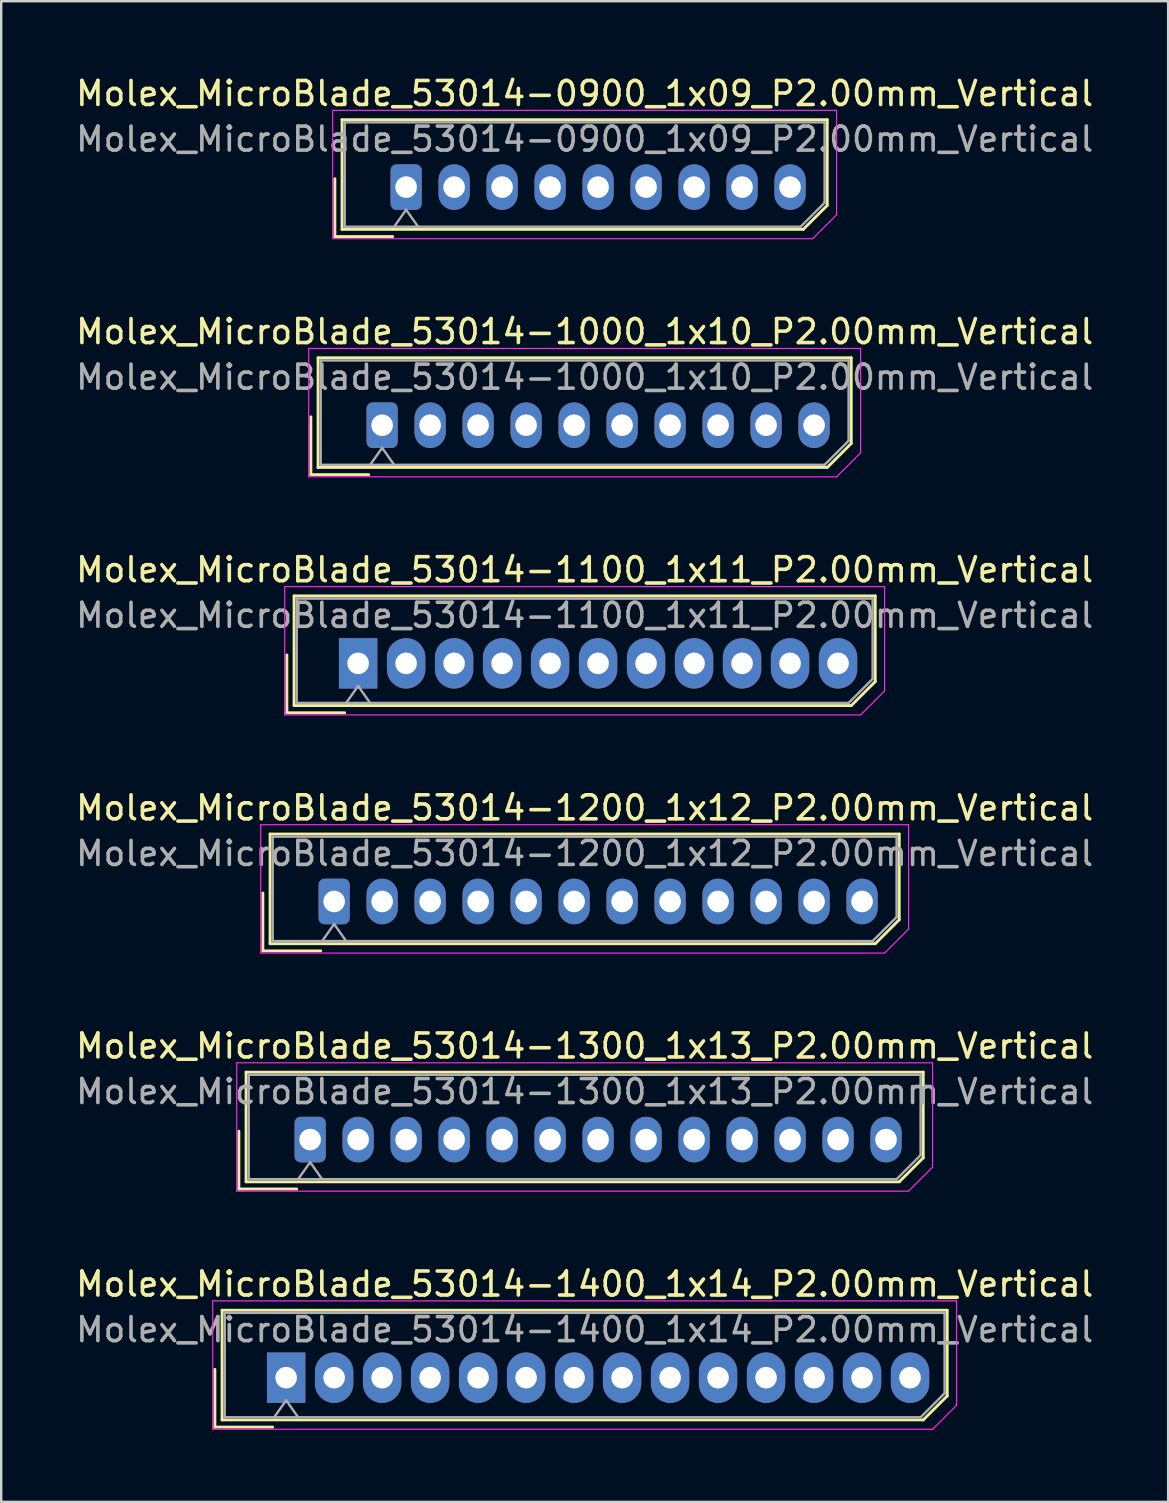
<source format=kicad_pcb>
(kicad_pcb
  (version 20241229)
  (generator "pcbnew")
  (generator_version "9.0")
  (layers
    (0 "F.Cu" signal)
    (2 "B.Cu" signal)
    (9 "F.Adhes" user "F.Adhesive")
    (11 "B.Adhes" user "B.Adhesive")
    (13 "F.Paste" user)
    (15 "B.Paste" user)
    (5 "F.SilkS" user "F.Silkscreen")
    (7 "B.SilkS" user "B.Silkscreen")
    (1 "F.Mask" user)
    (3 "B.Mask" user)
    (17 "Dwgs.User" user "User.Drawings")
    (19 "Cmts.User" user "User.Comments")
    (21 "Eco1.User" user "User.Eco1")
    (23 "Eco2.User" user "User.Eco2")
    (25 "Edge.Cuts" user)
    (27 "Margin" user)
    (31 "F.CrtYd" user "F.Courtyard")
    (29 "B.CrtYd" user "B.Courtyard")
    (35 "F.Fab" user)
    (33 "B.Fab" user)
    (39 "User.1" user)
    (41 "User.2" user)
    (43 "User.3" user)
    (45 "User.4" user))
  (footprint "Molex_MicroBlade_53014-1300_1x13_P2.00mm_Vertical"
    (layer "F.Cu")
    (at 9.875 44.441)
    (property "Reference" "Molex_MicroBlade_53014-1300_1x13_P2.00mm_Vertical" (at 11.44 -3.9 0) (layer "F.SilkS") (effects (font (size 1 1) (thickness 0.15))))
    (attr through_hole)
    (fp_line (start -2.97 -0.35) (end -2.97 2.06) (stroke (width 0.12) (type solid)) (layer "F.SilkS"))
    (fp_line (start -2.97 2.06) (end -0.56 2.06) (stroke (width 0.12) (type solid)) (layer "F.SilkS"))
    (fp_line (start -2.67 -2.81) (end -2.67 1.76) (stroke (width 0.12) (type solid)) (layer "F.SilkS"))
    (fp_line (start -2.67 1.76) (end 24.55 1.76) (stroke (width 0.12) (type solid)) (layer "F.SilkS"))
    (fp_line (start 24.55 1.76) (end 25.55 0.76) (stroke (width 0.12) (type solid)) (layer "F.SilkS"))
    (fp_line (start 25.55 -2.81) (end -2.67 -2.81) (stroke (width 0.12) (type solid)) (layer "F.SilkS"))
    (fp_line (start 25.55 0.76) (end 25.55 -2.81) (stroke (width 0.12) (type solid)) (layer "F.SilkS"))
    (fp_line (start -3.06 -3.2) (end -3.06 2.15) (stroke (width 0.05) (type solid)) (layer "F.CrtYd"))
    (fp_line (start -3.06 2.15) (end 24.94 2.15) (stroke (width 0.05) (type solid)) (layer "F.CrtYd"))
    (fp_line (start 24.94 2.15) (end 25.94 1.15) (stroke (width 0.05) (type solid)) (layer "F.CrtYd"))
    (fp_line (start 25.94 -3.2) (end -3.06 -3.2) (stroke (width 0.05) (type solid)) (layer "F.CrtYd"))
    (fp_line (start 25.94 1.15) (end 25.94 -3.2) (stroke (width 0.05) (type solid)) (layer "F.CrtYd"))
    (fp_line (start -2.56 -2.7) (end -2.56 1.65) (stroke (width 0.1) (type solid)) (layer "F.Fab"))
    (fp_line (start -2.56 1.65) (end 24.44 1.65) (stroke (width 0.1) (type solid)) (layer "F.Fab"))
    (fp_line (start -0.5 1.65) (end 0 0.943) (stroke (width 0.1) (type solid)) (layer "F.Fab"))
    (fp_line (start 0 0.943) (end 0.5 1.65) (stroke (width 0.1) (type solid)) (layer "F.Fab"))
    (fp_line (start 24.44 1.65) (end 25.44 0.65) (stroke (width 0.1) (type solid)) (layer "F.Fab"))
    (fp_line (start 25.44 -2.7) (end -2.56 -2.7) (stroke (width 0.1) (type solid)) (layer "F.Fab"))
    (fp_line (start 25.44 0.65) (end 25.44 -2.7) (stroke (width 0.1) (type solid)) (layer "F.Fab"))
    (fp_text user "${REFERENCE}" (at 11.44 -2 0) (layer "F.Fab") (effects (font (size 1 1) (thickness 0.15))))
    (pad "1" thru_hole roundrect (at 0 0) (size 1.3 1.9) (drill 0.9) (layers "*.Cu" "*.Mask") (roundrect_rratio 0.192))
    (pad "2" thru_hole oval (at 2 0) (size 1.3 1.9) (drill 0.9) (layers "*.Cu" "*.Mask"))
    (pad "3" thru_hole oval (at 4 0) (size 1.3 1.9) (drill 0.9) (layers "*.Cu" "*.Mask"))
    (pad "4" thru_hole oval (at 6 0) (size 1.3 1.9) (drill 0.9) (layers "*.Cu" "*.Mask"))
    (pad "5" thru_hole oval (at 8 0) (size 1.3 1.9) (drill 0.9) (layers "*.Cu" "*.Mask"))
    (pad "6" thru_hole oval (at 10 0) (size 1.3 1.9) (drill 0.9) (layers "*.Cu" "*.Mask"))
    (pad "7" thru_hole oval (at 12 0) (size 1.3 1.9) (drill 0.9) (layers "*.Cu" "*.Mask"))
    (pad "8" thru_hole oval (at 14 0) (size 1.3 1.9) (drill 0.9) (layers "*.Cu" "*.Mask"))
    (pad "9" thru_hole oval (at 16 0) (size 1.3 1.9) (drill 0.9) (layers "*.Cu" "*.Mask"))
    (pad "10" thru_hole oval (at 18 0) (size 1.3 1.9) (drill 0.9) (layers "*.Cu" "*.Mask"))
    (pad "11" thru_hole oval (at 20 0) (size 1.3 1.9) (drill 0.9) (layers "*.Cu" "*.Mask"))
    (pad "12" thru_hole oval (at 22 0) (size 1.3 1.9) (drill 0.9) (layers "*.Cu" "*.Mask"))
    (pad "13" thru_hole oval (at 24 0) (size 1.3 1.9) (drill 0.9) (layers "*.Cu" "*.Mask")))
  (footprint "Molex_MicroBlade_53014-1200_1x12_P2.00mm_Vertical"
    (layer "F.Cu")
    (at 10.875 34.518)
    (property "Reference" "Molex_MicroBlade_53014-1200_1x12_P2.00mm_Vertical" (at 10.44 -3.9 0) (layer "F.SilkS") (effects (font (size 1 1) (thickness 0.15))))
    (attr through_hole)
    (fp_line (start -2.97 -0.35) (end -2.97 2.06) (stroke (width 0.12) (type solid)) (layer "F.SilkS"))
    (fp_line (start -2.97 2.06) (end -0.56 2.06) (stroke (width 0.12) (type solid)) (layer "F.SilkS"))
    (fp_line (start -2.67 -2.81) (end -2.67 1.76) (stroke (width 0.12) (type solid)) (layer "F.SilkS"))
    (fp_line (start -2.67 1.76) (end 22.55 1.76) (stroke (width 0.12) (type solid)) (layer "F.SilkS"))
    (fp_line (start 22.55 1.76) (end 23.55 0.76) (stroke (width 0.12) (type solid)) (layer "F.SilkS"))
    (fp_line (start 23.55 -2.81) (end -2.67 -2.81) (stroke (width 0.12) (type solid)) (layer "F.SilkS"))
    (fp_line (start 23.55 0.76) (end 23.55 -2.81) (stroke (width 0.12) (type solid)) (layer "F.SilkS"))
    (fp_line (start -3.06 -3.2) (end -3.06 2.15) (stroke (width 0.05) (type solid)) (layer "F.CrtYd"))
    (fp_line (start -3.06 2.15) (end 22.94 2.15) (stroke (width 0.05) (type solid)) (layer "F.CrtYd"))
    (fp_line (start 22.94 2.15) (end 23.94 1.15) (stroke (width 0.05) (type solid)) (layer "F.CrtYd"))
    (fp_line (start 23.94 -3.2) (end -3.06 -3.2) (stroke (width 0.05) (type solid)) (layer "F.CrtYd"))
    (fp_line (start 23.94 1.15) (end 23.94 -3.2) (stroke (width 0.05) (type solid)) (layer "F.CrtYd"))
    (fp_line (start -2.56 -2.7) (end -2.56 1.65) (stroke (width 0.1) (type solid)) (layer "F.Fab"))
    (fp_line (start -2.56 1.65) (end 22.44 1.65) (stroke (width 0.1) (type solid)) (layer "F.Fab"))
    (fp_line (start -0.5 1.65) (end 0 0.943) (stroke (width 0.1) (type solid)) (layer "F.Fab"))
    (fp_line (start 0 0.943) (end 0.5 1.65) (stroke (width 0.1) (type solid)) (layer "F.Fab"))
    (fp_line (start 22.44 1.65) (end 23.44 0.65) (stroke (width 0.1) (type solid)) (layer "F.Fab"))
    (fp_line (start 23.44 -2.7) (end -2.56 -2.7) (stroke (width 0.1) (type solid)) (layer "F.Fab"))
    (fp_line (start 23.44 0.65) (end 23.44 -2.7) (stroke (width 0.1) (type solid)) (layer "F.Fab"))
    (fp_text user "${REFERENCE}" (at 10.44 -2 0) (layer "F.Fab") (effects (font (size 1 1) (thickness 0.15))))
    (pad "1" thru_hole roundrect (at 0 0) (size 1.3 1.9) (drill 0.9) (layers "*.Cu" "*.Mask") (roundrect_rratio 0.192))
    (pad "2" thru_hole oval (at 2 0) (size 1.3 1.9) (drill 0.9) (layers "*.Cu" "*.Mask"))
    (pad "3" thru_hole oval (at 4 0) (size 1.3 1.9) (drill 0.9) (layers "*.Cu" "*.Mask"))
    (pad "4" thru_hole oval (at 6 0) (size 1.3 1.9) (drill 0.9) (layers "*.Cu" "*.Mask"))
    (pad "5" thru_hole oval (at 8 0) (size 1.3 1.9) (drill 0.9) (layers "*.Cu" "*.Mask"))
    (pad "6" thru_hole oval (at 10 0) (size 1.3 1.9) (drill 0.9) (layers "*.Cu" "*.Mask"))
    (pad "7" thru_hole oval (at 12 0) (size 1.3 1.9) (drill 0.9) (layers "*.Cu" "*.Mask"))
    (pad "8" thru_hole oval (at 14 0) (size 1.3 1.9) (drill 0.9) (layers "*.Cu" "*.Mask"))
    (pad "9" thru_hole oval (at 16 0) (size 1.3 1.9) (drill 0.9) (layers "*.Cu" "*.Mask"))
    (pad "10" thru_hole oval (at 18 0) (size 1.3 1.9) (drill 0.9) (layers "*.Cu" "*.Mask"))
    (pad "11" thru_hole oval (at 20 0) (size 1.3 1.9) (drill 0.9) (layers "*.Cu" "*.Mask"))
    (pad "12" thru_hole oval (at 22 0) (size 1.3 1.9) (drill 0.9) (layers "*.Cu" "*.Mask")))
  (footprint "Molex_MicroBlade_53014-1000_1x10_P2.00mm_Vertical"
    (layer "F.Cu")
    (at 12.875 14.671)
    (property "Reference" "Molex_MicroBlade_53014-1000_1x10_P2.00mm_Vertical" (at 8.44 -3.9 0) (layer "F.SilkS") (effects (font (size 1 1) (thickness 0.15))))
    (attr through_hole)
    (fp_line (start -2.97 -0.35) (end -2.97 2.06) (stroke (width 0.12) (type solid)) (layer "F.SilkS"))
    (fp_line (start -2.97 2.06) (end -0.56 2.06) (stroke (width 0.12) (type solid)) (layer "F.SilkS"))
    (fp_line (start -2.67 -2.81) (end -2.67 1.76) (stroke (width 0.12) (type solid)) (layer "F.SilkS"))
    (fp_line (start -2.67 1.76) (end 18.55 1.76) (stroke (width 0.12) (type solid)) (layer "F.SilkS"))
    (fp_line (start 18.55 1.76) (end 19.55 0.76) (stroke (width 0.12) (type solid)) (layer "F.SilkS"))
    (fp_line (start 19.55 -2.81) (end -2.67 -2.81) (stroke (width 0.12) (type solid)) (layer "F.SilkS"))
    (fp_line (start 19.55 0.76) (end 19.55 -2.81) (stroke (width 0.12) (type solid)) (layer "F.SilkS"))
    (fp_line (start -3.06 -3.2) (end -3.06 2.15) (stroke (width 0.05) (type solid)) (layer "F.CrtYd"))
    (fp_line (start -3.06 2.15) (end 18.94 2.15) (stroke (width 0.05) (type solid)) (layer "F.CrtYd"))
    (fp_line (start 18.94 2.15) (end 19.94 1.15) (stroke (width 0.05) (type solid)) (layer "F.CrtYd"))
    (fp_line (start 19.94 -3.2) (end -3.06 -3.2) (stroke (width 0.05) (type solid)) (layer "F.CrtYd"))
    (fp_line (start 19.94 1.15) (end 19.94 -3.2) (stroke (width 0.05) (type solid)) (layer "F.CrtYd"))
    (fp_line (start -2.56 -2.7) (end -2.56 1.65) (stroke (width 0.1) (type solid)) (layer "F.Fab"))
    (fp_line (start -2.56 1.65) (end 18.44 1.65) (stroke (width 0.1) (type solid)) (layer "F.Fab"))
    (fp_line (start -0.5 1.65) (end 0 0.943) (stroke (width 0.1) (type solid)) (layer "F.Fab"))
    (fp_line (start 0 0.943) (end 0.5 1.65) (stroke (width 0.1) (type solid)) (layer "F.Fab"))
    (fp_line (start 18.44 1.65) (end 19.44 0.65) (stroke (width 0.1) (type solid)) (layer "F.Fab"))
    (fp_line (start 19.44 -2.7) (end -2.56 -2.7) (stroke (width 0.1) (type solid)) (layer "F.Fab"))
    (fp_line (start 19.44 0.65) (end 19.44 -2.7) (stroke (width 0.1) (type solid)) (layer "F.Fab"))
    (fp_text user "${REFERENCE}" (at 8.44 -2 0) (layer "F.Fab") (effects (font (size 1 1) (thickness 0.15))))
    (pad "1" thru_hole roundrect (at 0 0) (size 1.3 1.9) (drill 0.9) (layers "*.Cu" "*.Mask") (roundrect_rratio 0.192))
    (pad "2" thru_hole oval (at 2 0) (size 1.3 1.9) (drill 0.9) (layers "*.Cu" "*.Mask"))
    (pad "3" thru_hole oval (at 4 0) (size 1.3 1.9) (drill 0.9) (layers "*.Cu" "*.Mask"))
    (pad "4" thru_hole oval (at 6 0) (size 1.3 1.9) (drill 0.9) (layers "*.Cu" "*.Mask"))
    (pad "5" thru_hole oval (at 8 0) (size 1.3 1.9) (drill 0.9) (layers "*.Cu" "*.Mask"))
    (pad "6" thru_hole oval (at 10 0) (size 1.3 1.9) (drill 0.9) (layers "*.Cu" "*.Mask"))
    (pad "7" thru_hole oval (at 12 0) (size 1.3 1.9) (drill 0.9) (layers "*.Cu" "*.Mask"))
    (pad "8" thru_hole oval (at 14 0) (size 1.3 1.9) (drill 0.9) (layers "*.Cu" "*.Mask"))
    (pad "9" thru_hole oval (at 16 0) (size 1.3 1.9) (drill 0.9) (layers "*.Cu" "*.Mask"))
    (pad "10" thru_hole oval (at 18 0) (size 1.3 1.9) (drill 0.9) (layers "*.Cu" "*.Mask")))
  (footprint "Molex_MicroBlade_53014-1400_1x14_P2.00mm_Vertical"
    (layer "F.Cu")
    (at 8.875 54.364)
    (property "Reference" "Molex_MicroBlade_53014-1400_1x14_P2.00mm_Vertical" (at 12.44 -3.9 0) (layer "F.SilkS") (effects (font (size 1 1) (thickness 0.15))))
    (attr through_hole)
    (fp_line (start -2.97 -0.35) (end -2.97 2.06) (stroke (width 0.12) (type solid)) (layer "F.SilkS"))
    (fp_line (start -2.97 2.06) (end -0.56 2.06) (stroke (width 0.12) (type solid)) (layer "F.SilkS"))
    (fp_line (start -2.67 -2.81) (end -2.67 1.76) (stroke (width 0.12) (type solid)) (layer "F.SilkS"))
    (fp_line (start -2.67 1.76) (end 26.55 1.76) (stroke (width 0.12) (type solid)) (layer "F.SilkS"))
    (fp_line (start 26.55 1.76) (end 27.55 0.76) (stroke (width 0.12) (type solid)) (layer "F.SilkS"))
    (fp_line (start 27.55 -2.81) (end -2.67 -2.81) (stroke (width 0.12) (type solid)) (layer "F.SilkS"))
    (fp_line (start 27.55 0.76) (end 27.55 -2.81) (stroke (width 0.12) (type solid)) (layer "F.SilkS"))
    (fp_line (start -3.06 -3.2) (end -3.06 2.15) (stroke (width 0.05) (type solid)) (layer "F.CrtYd"))
    (fp_line (start -3.06 2.15) (end 26.94 2.15) (stroke (width 0.05) (type solid)) (layer "F.CrtYd"))
    (fp_line (start 26.94 2.15) (end 27.94 1.15) (stroke (width 0.05) (type solid)) (layer "F.CrtYd"))
    (fp_line (start 27.94 -3.2) (end -3.06 -3.2) (stroke (width 0.05) (type solid)) (layer "F.CrtYd"))
    (fp_line (start 27.94 1.15) (end 27.94 -3.2) (stroke (width 0.05) (type solid)) (layer "F.CrtYd"))
    (fp_line (start -2.56 -2.7) (end -2.56 1.65) (stroke (width 0.1) (type solid)) (layer "F.Fab"))
    (fp_line (start -2.56 1.65) (end 26.44 1.65) (stroke (width 0.1) (type solid)) (layer "F.Fab"))
    (fp_line (start -0.5 1.65) (end 0 0.943) (stroke (width 0.1) (type solid)) (layer "F.Fab"))
    (fp_line (start 0 0.943) (end 0.5 1.65) (stroke (width 0.1) (type solid)) (layer "F.Fab"))
    (fp_line (start 26.44 1.65) (end 27.44 0.65) (stroke (width 0.1) (type solid)) (layer "F.Fab"))
    (fp_line (start 27.44 -2.7) (end -2.56 -2.7) (stroke (width 0.1) (type solid)) (layer "F.Fab"))
    (fp_line (start 27.44 0.65) (end 27.44 -2.7) (stroke (width 0.1) (type solid)) (layer "F.Fab"))
    (fp_text user "${REFERENCE}" (at 12.44 -2 0) (layer "F.Fab") (effects (font (size 1 1) (thickness 0.15))))
    (pad "1" thru_hole rect (at 0 0) (size 1.6 2.1) (drill 0.9) (layers "*.Cu" "*.Mask"))
    (pad "2" thru_hole oval (at 2 0) (size 1.6 2.1) (drill 0.9) (layers "*.Cu" "*.Mask"))
    (pad "3" thru_hole oval (at 4 0) (size 1.6 2.1) (drill 0.9) (layers "*.Cu" "*.Mask"))
    (pad "4" thru_hole oval (at 6 0) (size 1.6 2.1) (drill 0.9) (layers "*.Cu" "*.Mask"))
    (pad "5" thru_hole oval (at 8 0) (size 1.6 2.1) (drill 0.9) (layers "*.Cu" "*.Mask"))
    (pad "6" thru_hole oval (at 10 0) (size 1.6 2.1) (drill 0.9) (layers "*.Cu" "*.Mask"))
    (pad "7" thru_hole oval (at 12 0) (size 1.6 2.1) (drill 0.9) (layers "*.Cu" "*.Mask"))
    (pad "8" thru_hole oval (at 14 0) (size 1.6 2.1) (drill 0.9) (layers "*.Cu" "*.Mask"))
    (pad "9" thru_hole oval (at 16 0) (size 1.6 2.1) (drill 0.9) (layers "*.Cu" "*.Mask"))
    (pad "10" thru_hole oval (at 18 0) (size 1.6 2.1) (drill 0.9) (layers "*.Cu" "*.Mask"))
    (pad "11" thru_hole oval (at 20 0) (size 1.6 2.1) (drill 0.9) (layers "*.Cu" "*.Mask"))
    (pad "12" thru_hole oval (at 22 0) (size 1.6 2.1) (drill 0.9) (layers "*.Cu" "*.Mask"))
    (pad "13" thru_hole oval (at 24 0) (size 1.6 2.1) (drill 0.9) (layers "*.Cu" "*.Mask"))
    (pad "14" thru_hole oval (at 26 0) (size 1.6 2.1) (drill 0.9) (layers "*.Cu" "*.Mask")))
  (footprint "Molex_MicroBlade_53014-0900_1x09_P2.00mm_Vertical"
    (layer "F.Cu")
    (at 13.875 4.748)
    (property "Reference" "Molex_MicroBlade_53014-0900_1x09_P2.00mm_Vertical" (at 7.44 -3.9 0) (layer "F.SilkS") (effects (font (size 1 1) (thickness 0.15))))
    (attr through_hole)
    (fp_line (start -2.97 -0.35) (end -2.97 2.06) (stroke (width 0.12) (type solid)) (layer "F.SilkS"))
    (fp_line (start -2.97 2.06) (end -0.56 2.06) (stroke (width 0.12) (type solid)) (layer "F.SilkS"))
    (fp_line (start -2.67 -2.81) (end -2.67 1.76) (stroke (width 0.12) (type solid)) (layer "F.SilkS"))
    (fp_line (start -2.67 1.76) (end 16.55 1.76) (stroke (width 0.12) (type solid)) (layer "F.SilkS"))
    (fp_line (start 16.55 1.76) (end 17.55 0.76) (stroke (width 0.12) (type solid)) (layer "F.SilkS"))
    (fp_line (start 17.55 -2.81) (end -2.67 -2.81) (stroke (width 0.12) (type solid)) (layer "F.SilkS"))
    (fp_line (start 17.55 0.76) (end 17.55 -2.81) (stroke (width 0.12) (type solid)) (layer "F.SilkS"))
    (fp_line (start -3.06 -3.2) (end -3.06 2.15) (stroke (width 0.05) (type solid)) (layer "F.CrtYd"))
    (fp_line (start -3.06 2.15) (end 16.94 2.15) (stroke (width 0.05) (type solid)) (layer "F.CrtYd"))
    (fp_line (start 16.94 2.15) (end 17.94 1.15) (stroke (width 0.05) (type solid)) (layer "F.CrtYd"))
    (fp_line (start 17.94 -3.2) (end -3.06 -3.2) (stroke (width 0.05) (type solid)) (layer "F.CrtYd"))
    (fp_line (start 17.94 1.15) (end 17.94 -3.2) (stroke (width 0.05) (type solid)) (layer "F.CrtYd"))
    (fp_line (start -2.56 -2.7) (end -2.56 1.65) (stroke (width 0.1) (type solid)) (layer "F.Fab"))
    (fp_line (start -2.56 1.65) (end 16.44 1.65) (stroke (width 0.1) (type solid)) (layer "F.Fab"))
    (fp_line (start -0.5 1.65) (end 0 0.943) (stroke (width 0.1) (type solid)) (layer "F.Fab"))
    (fp_line (start 0 0.943) (end 0.5 1.65) (stroke (width 0.1) (type solid)) (layer "F.Fab"))
    (fp_line (start 16.44 1.65) (end 17.44 0.65) (stroke (width 0.1) (type solid)) (layer "F.Fab"))
    (fp_line (start 17.44 -2.7) (end -2.56 -2.7) (stroke (width 0.1) (type solid)) (layer "F.Fab"))
    (fp_line (start 17.44 0.65) (end 17.44 -2.7) (stroke (width 0.1) (type solid)) (layer "F.Fab"))
    (fp_text user "${REFERENCE}" (at 7.44 -2 0) (layer "F.Fab") (effects (font (size 1 1) (thickness 0.15))))
    (pad "1" thru_hole roundrect (at 0 0) (size 1.3 1.9) (drill 0.9) (layers "*.Cu" "*.Mask") (roundrect_rratio 0.192))
    (pad "2" thru_hole oval (at 2 0) (size 1.3 1.9) (drill 0.9) (layers "*.Cu" "*.Mask"))
    (pad "3" thru_hole oval (at 4 0) (size 1.3 1.9) (drill 0.9) (layers "*.Cu" "*.Mask"))
    (pad "4" thru_hole oval (at 6 0) (size 1.3 1.9) (drill 0.9) (layers "*.Cu" "*.Mask"))
    (pad "5" thru_hole oval (at 8 0) (size 1.3 1.9) (drill 0.9) (layers "*.Cu" "*.Mask"))
    (pad "6" thru_hole oval (at 10 0) (size 1.3 1.9) (drill 0.9) (layers "*.Cu" "*.Mask"))
    (pad "7" thru_hole oval (at 12 0) (size 1.3 1.9) (drill 0.9) (layers "*.Cu" "*.Mask"))
    (pad "8" thru_hole oval (at 14 0) (size 1.3 1.9) (drill 0.9) (layers "*.Cu" "*.Mask"))
    (pad "9" thru_hole oval (at 16 0) (size 1.3 1.9) (drill 0.9) (layers "*.Cu" "*.Mask")))
  (footprint "Molex_MicroBlade_53014-1100_1x11_P2.00mm_Vertical"
    (layer "F.Cu")
    (at 11.875 24.595)
    (property "Reference" "Molex_MicroBlade_53014-1100_1x11_P2.00mm_Vertical" (at 9.44 -3.9 0) (layer "F.SilkS") (effects (font (size 1 1) (thickness 0.15))))
    (attr through_hole)
    (fp_line (start -2.97 -0.35) (end -2.97 2.06) (stroke (width 0.12) (type solid)) (layer "F.SilkS"))
    (fp_line (start -2.97 2.06) (end -0.56 2.06) (stroke (width 0.12) (type solid)) (layer "F.SilkS"))
    (fp_line (start -2.67 -2.81) (end -2.67 1.76) (stroke (width 0.12) (type solid)) (layer "F.SilkS"))
    (fp_line (start -2.67 1.76) (end 20.55 1.76) (stroke (width 0.12) (type solid)) (layer "F.SilkS"))
    (fp_line (start 20.55 1.76) (end 21.55 0.76) (stroke (width 0.12) (type solid)) (layer "F.SilkS"))
    (fp_line (start 21.55 -2.81) (end -2.67 -2.81) (stroke (width 0.12) (type solid)) (layer "F.SilkS"))
    (fp_line (start 21.55 0.76) (end 21.55 -2.81) (stroke (width 0.12) (type solid)) (layer "F.SilkS"))
    (fp_line (start -3.06 -3.2) (end -3.06 2.15) (stroke (width 0.05) (type solid)) (layer "F.CrtYd"))
    (fp_line (start -3.06 2.15) (end 20.94 2.15) (stroke (width 0.05) (type solid)) (layer "F.CrtYd"))
    (fp_line (start 20.94 2.15) (end 21.94 1.15) (stroke (width 0.05) (type solid)) (layer "F.CrtYd"))
    (fp_line (start 21.94 -3.2) (end -3.06 -3.2) (stroke (width 0.05) (type solid)) (layer "F.CrtYd"))
    (fp_line (start 21.94 1.15) (end 21.94 -3.2) (stroke (width 0.05) (type solid)) (layer "F.CrtYd"))
    (fp_line (start -2.56 -2.7) (end -2.56 1.65) (stroke (width 0.1) (type solid)) (layer "F.Fab"))
    (fp_line (start -2.56 1.65) (end 20.44 1.65) (stroke (width 0.1) (type solid)) (layer "F.Fab"))
    (fp_line (start -0.5 1.65) (end 0 0.943) (stroke (width 0.1) (type solid)) (layer "F.Fab"))
    (fp_line (start 0 0.943) (end 0.5 1.65) (stroke (width 0.1) (type solid)) (layer "F.Fab"))
    (fp_line (start 20.44 1.65) (end 21.44 0.65) (stroke (width 0.1) (type solid)) (layer "F.Fab"))
    (fp_line (start 21.44 -2.7) (end -2.56 -2.7) (stroke (width 0.1) (type solid)) (layer "F.Fab"))
    (fp_line (start 21.44 0.65) (end 21.44 -2.7) (stroke (width 0.1) (type solid)) (layer "F.Fab"))
    (fp_text user "${REFERENCE}" (at 9.44 -2 0) (layer "F.Fab") (effects (font (size 1 1) (thickness 0.15))))
    (pad "1" thru_hole rect (at 0 0) (size 1.6 2.1) (drill 0.9) (layers "*.Cu" "*.Mask"))
    (pad "2" thru_hole oval (at 2 0) (size 1.6 2.1) (drill 0.9) (layers "*.Cu" "*.Mask"))
    (pad "3" thru_hole oval (at 4 0) (size 1.6 2.1) (drill 0.9) (layers "*.Cu" "*.Mask"))
    (pad "4" thru_hole oval (at 6 0) (size 1.6 2.1) (drill 0.9) (layers "*.Cu" "*.Mask"))
    (pad "5" thru_hole oval (at 8 0) (size 1.6 2.1) (drill 0.9) (layers "*.Cu" "*.Mask"))
    (pad "6" thru_hole oval (at 10 0) (size 1.6 2.1) (drill 0.9) (layers "*.Cu" "*.Mask"))
    (pad "7" thru_hole oval (at 12 0) (size 1.6 2.1) (drill 0.9) (layers "*.Cu" "*.Mask"))
    (pad "8" thru_hole oval (at 14 0) (size 1.6 2.1) (drill 0.9) (layers "*.Cu" "*.Mask"))
    (pad "9" thru_hole oval (at 16 0) (size 1.6 2.1) (drill 0.9) (layers "*.Cu" "*.Mask"))
    (pad "10" thru_hole oval (at 18 0) (size 1.6 2.1) (drill 0.9) (layers "*.Cu" "*.Mask"))
    (pad "11" thru_hole oval (at 20 0) (size 1.6 2.1) (drill 0.9) (layers "*.Cu" "*.Mask")))
  (gr_rect
    (start -3 -3)
    (end 45.631 59.539)
    (stroke (width 0.1) (type default))
    (fill no)
    (layer "Edge.Cuts")))
</source>
